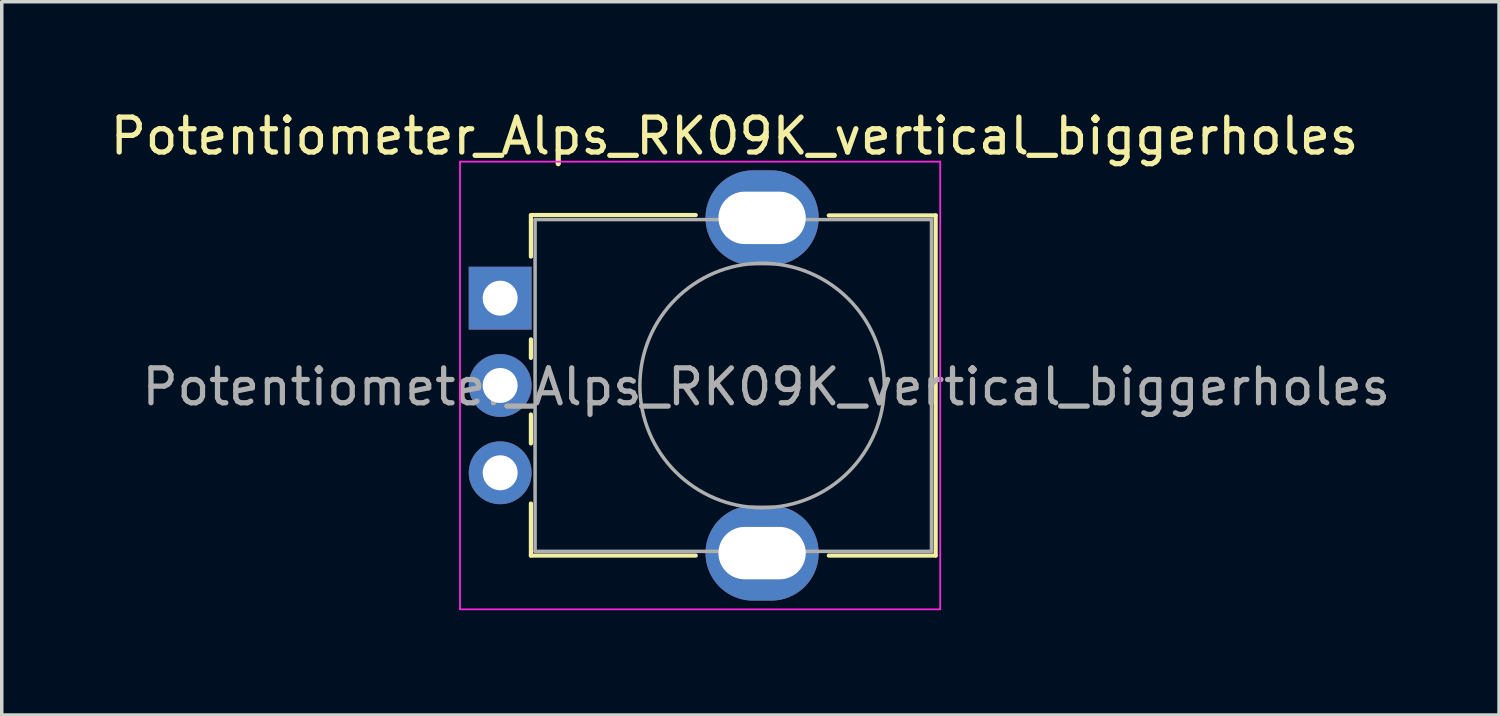
<source format=kicad_pcb>
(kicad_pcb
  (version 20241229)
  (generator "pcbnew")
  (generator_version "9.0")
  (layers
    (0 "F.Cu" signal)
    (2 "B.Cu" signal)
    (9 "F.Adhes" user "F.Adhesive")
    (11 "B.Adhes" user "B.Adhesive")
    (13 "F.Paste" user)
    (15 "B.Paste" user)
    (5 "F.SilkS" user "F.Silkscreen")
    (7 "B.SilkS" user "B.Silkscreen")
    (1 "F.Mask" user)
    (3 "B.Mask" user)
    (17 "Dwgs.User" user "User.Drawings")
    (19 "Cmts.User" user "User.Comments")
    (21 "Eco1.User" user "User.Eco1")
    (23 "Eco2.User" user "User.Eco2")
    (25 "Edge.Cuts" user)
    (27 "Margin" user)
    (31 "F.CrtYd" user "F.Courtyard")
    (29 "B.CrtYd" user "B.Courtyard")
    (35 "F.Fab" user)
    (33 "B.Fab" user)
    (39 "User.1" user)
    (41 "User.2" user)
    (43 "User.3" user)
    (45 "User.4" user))
  (footprint "Potentiometer_Alps_RK09K_vertical_biggerholes"
    (layer "F.Cu")
    (at 11.272 5.488)
    (property "Reference" "Potentiometer_Alps_RK09K_vertical_biggerholes" (at 6.71 -4.64 180) (layer "F.SilkS") (effects (font (size 1 1) (thickness 0.15))))
    (attr through_hole)
    (fp_line (start 0.88 -2.38) (end 5.6 -2.38) (stroke (width 0.12) (type solid)) (layer "F.SilkS"))
    (fp_line (start 0.88 -1.19) (end 0.88 -2.37) (stroke (width 0.12) (type solid)) (layer "F.SilkS"))
    (fp_line (start 0.88 1.71) (end 0.88 1.18) (stroke (width 0.12) (type solid)) (layer "F.SilkS"))
    (fp_line (start 0.88 4.16) (end 0.88 3.33) (stroke (width 0.12) (type solid)) (layer "F.SilkS"))
    (fp_line (start 0.88 7.37) (end 0.88 5.88) (stroke (width 0.12) (type solid)) (layer "F.SilkS"))
    (fp_line (start 0.88 7.37) (end 5.6 7.37) (stroke (width 0.12) (type solid)) (layer "F.SilkS"))
    (fp_line (start 9.41 -2.37) (end 12.47 -2.37) (stroke (width 0.12) (type solid)) (layer "F.SilkS"))
    (fp_line (start 9.41 7.37) (end 12.47 7.37) (stroke (width 0.12) (type solid)) (layer "F.SilkS"))
    (fp_line (start 12.47 7.37) (end 12.47 -2.37) (stroke (width 0.12) (type solid)) (layer "F.SilkS"))
    (fp_line (start -1.15 -3.91) (end -1.15 8.91) (stroke (width 0.05) (type solid)) (layer "F.CrtYd"))
    (fp_line (start -1.15 8.91) (end 12.6 8.91) (stroke (width 0.05) (type solid)) (layer "F.CrtYd"))
    (fp_line (start 12.6 -3.91) (end -1.15 -3.91) (stroke (width 0.05) (type solid)) (layer "F.CrtYd"))
    (fp_line (start 12.6 8.91) (end 12.6 -3.91) (stroke (width 0.05) (type solid)) (layer "F.CrtYd"))
    (fp_line (start 1 -2.25) (end 12.35 -2.25) (stroke (width 0.1) (type solid)) (layer "F.Fab"))
    (fp_line (start 1 7.25) (end 1 -2.25) (stroke (width 0.1) (type solid)) (layer "F.Fab"))
    (fp_line (start 1 7.25) (end 12.35 7.25) (stroke (width 0.1) (type solid)) (layer "F.Fab"))
    (fp_line (start 12.35 7.25) (end 12.35 -2.25) (stroke (width 0.1) (type solid)) (layer "F.Fab"))
    (fp_circle (center 7.5 2.5) (end 7.5 -1) (stroke (width 0.1) (type solid)) (fill no) (layer "F.Fab"))
    (fp_text user "${REFERENCE}" (at 7.62 2.54 0) (layer "F.Fab") (effects (font (size 1 1) (thickness 0.15))))
    (pad "" thru_hole oval (at 7.5 -2.3 90) (size 2.72 3.24) (drill oval 1.5 2.5) (layers "*.Cu" "*.Mask"))
    (pad "" thru_hole oval (at 7.5 7.3 90) (size 2.72 3.24) (drill oval 1.5 2.5) (layers "*.Cu" "*.Mask"))
    (pad "1" thru_hole rect (at 0 0 90) (size 1.8 1.8) (drill 1) (layers "*.Cu" "*.Mask"))
    (pad "2" thru_hole circle (at 0 2.5 90) (size 1.8 1.8) (drill 1) (layers "*.Cu" "*.Mask"))
    (pad "3" thru_hole circle (at 0 5 90) (size 1.8 1.8) (drill 1) (layers "*.Cu" "*.Mask")))
  (gr_rect
    (start -3 -3)
    (end 39.874 17.423)
    (stroke (width 0.1) (type default))
    (fill no)
    (layer "Edge.Cuts")))
</source>
